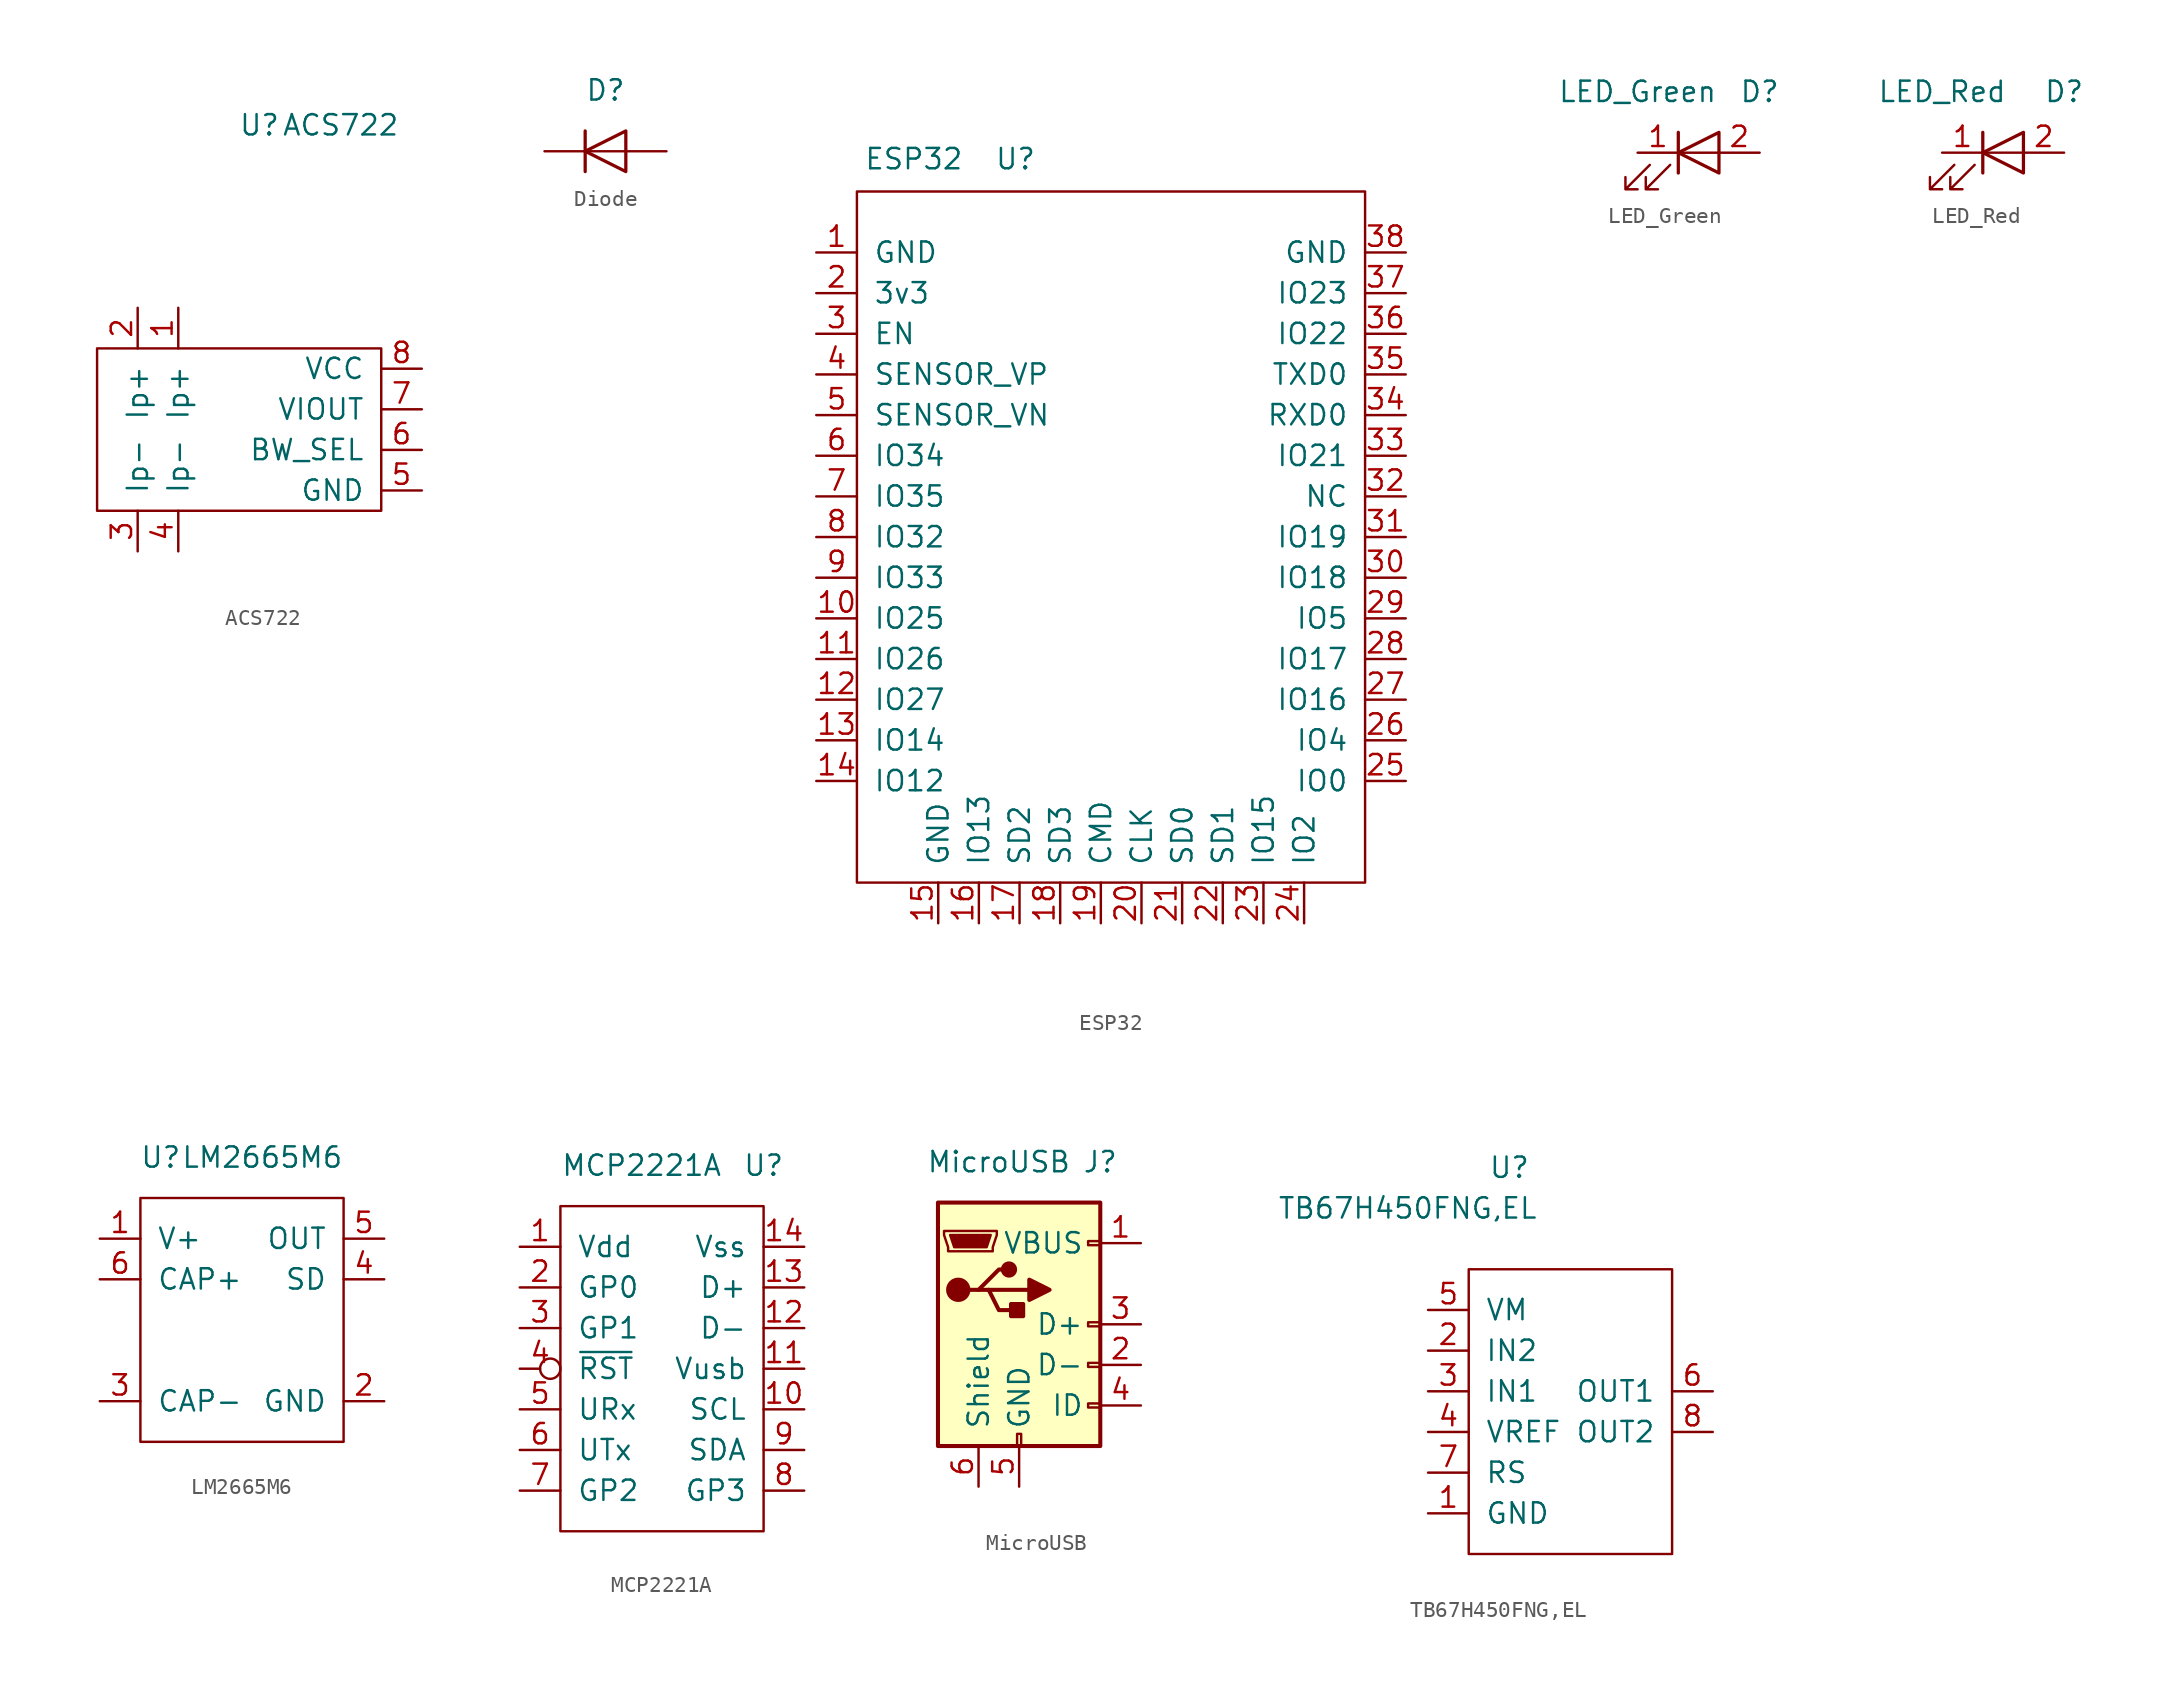
<source format=kicad_sym>
(kicad_symbol_lib
  (version 20201005)
  (generator kicad_symbol_editor)
  (symbol "ACS722"
    (pin_names
      (offset 1.016))
    (property "Reference" "U"
      (at 6.35 19.05 0)
      (effects (font (size 1.27 1.27))))
    (property "Value" "ACS722"
      (at 11.43 19.05 0)
      (effects (font (size 1.27 1.27))))
    (symbol "ACS722_1_1"
      (rectangle (start -3.81 5.08) (end 13.97 -5.08) (stroke (width 0)) (fill (type none)))
      (pin passive line (at 1.27 7.62 270) (length 2.54) (name "Ip+" (effects (font (size 1.27 1.27)))) (number "1" (effects (font (size 1.27 1.27)))))
      (pin passive line (at -1.27 7.62 270) (length 2.54) (name "Ip+" (effects (font (size 1.27 1.27)))) (number "2" (effects (font (size 1.27 1.27)))))
      (pin passive line (at -1.27 -7.62 90) (length 2.54) (name "Ip-" (effects (font (size 1.27 1.27)))) (number "3" (effects (font (size 1.27 1.27)))))
      (pin passive line (at 1.27 -7.62 90) (length 2.54) (name "Ip-" (effects (font (size 1.27 1.27)))) (number "4" (effects (font (size 1.27 1.27)))))
      (pin power_in line (at 16.51 -3.81 180) (length 2.54) (name "GND" (effects (font (size 1.27 1.27)))) (number "5" (effects (font (size 1.27 1.27)))))
      (pin input line (at 16.51 -1.27 180) (length 2.54) (name "BW_SEL" (effects (font (size 1.27 1.27)))) (number "6" (effects (font (size 1.27 1.27)))))
      (pin output line (at 16.51 1.27 180) (length 2.54) (name "VIOUT" (effects (font (size 1.27 1.27)))) (number "7" (effects (font (size 1.27 1.27)))))
      (pin power_in line (at 16.51 3.81 180) (length 2.54) (name "VCC" (effects (font (size 1.27 1.27)))) (number "8" (effects (font (size 1.27 1.27)))))))
  (symbol "Diode"
    (pin_numbers hide)
    (pin_names
      (offset 0) hide)
    (property "Reference" "D"
      (at 0 3.81 0)
      (effects (font (size 1.27 1.27))))
    (symbol "Diode_1_1"
      (polyline (pts (xy -1.27 1.27) (xy -1.27 -1.27)) (stroke (width 0.203)) (fill (type none)))
      (polyline (pts (xy 1.27 0) (xy -1.27 0)) (stroke (width 0)) (fill (type none)))
      (polyline (pts (xy 1.27 1.27) (xy 1.27 -1.27) (xy -1.27 0) (xy 1.27 1.27)) (stroke (width 0.203)) (fill (type none)))
      (pin passive line (at -3.81 0 0) (length 2.54) (name "K" (effects (font (size 1.27 1.27)))) (number "1" (effects (font (size 1.27 1.27)))))
      (pin passive line (at 3.81 0 180) (length 2.54) (name "A" (effects (font (size 1.27 1.27)))) (number "2" (effects (font (size 1.27 1.27)))))))
  (symbol "ESP32"
    (pin_names
      (offset 1.016))
    (property "Reference" "U"
      (at -6.604 24.892 0)
      (effects (font (size 1.27 1.27))))
    (property "Value" "ESP32"
      (at -12.954 24.892 0)
      (effects (font (size 1.27 1.27))))
    (symbol "ESP32_0_1"
      (rectangle (start -16.51 22.86) (end 15.24 -20.32) (stroke (width 0)) (fill (type none))))
    (symbol "ESP32_1_1"
      (pin input line (at -19.05 19.05 0) (length 2.54) (name "GND" (effects (font (size 1.27 1.27)))) (number "1" (effects (font (size 1.27 1.27)))))
      (pin input line (at -19.05 -3.81 0) (length 2.54) (name "IO25" (effects (font (size 1.27 1.27)))) (number "10" (effects (font (size 1.27 1.27)))))
      (pin input line (at -19.05 -6.35 0) (length 2.54) (name "IO26" (effects (font (size 1.27 1.27)))) (number "11" (effects (font (size 1.27 1.27)))))
      (pin input line (at -19.05 -8.89 0) (length 2.54) (name "IO27" (effects (font (size 1.27 1.27)))) (number "12" (effects (font (size 1.27 1.27)))))
      (pin input line (at -19.05 -11.43 0) (length 2.54) (name "IO14" (effects (font (size 1.27 1.27)))) (number "13" (effects (font (size 1.27 1.27)))))
      (pin input line (at -19.05 -13.97 0) (length 2.54) (name "IO12" (effects (font (size 1.27 1.27)))) (number "14" (effects (font (size 1.27 1.27)))))
      (pin input line (at -11.43 -22.86 90) (length 2.54) (name "GND" (effects (font (size 1.27 1.27)))) (number "15" (effects (font (size 1.27 1.27)))))
      (pin input line (at -8.89 -22.86 90) (length 2.54) (name "IO13" (effects (font (size 1.27 1.27)))) (number "16" (effects (font (size 1.27 1.27)))))
      (pin input line (at -6.35 -22.86 90) (length 2.54) (name "SD2" (effects (font (size 1.27 1.27)))) (number "17" (effects (font (size 1.27 1.27)))))
      (pin input line (at -3.81 -22.86 90) (length 2.54) (name "SD3" (effects (font (size 1.27 1.27)))) (number "18" (effects (font (size 1.27 1.27)))))
      (pin input line (at -1.27 -22.86 90) (length 2.54) (name "CMD" (effects (font (size 1.27 1.27)))) (number "19" (effects (font (size 1.27 1.27)))))
      (pin input line (at -19.05 16.51 0) (length 2.54) (name "3v3" (effects (font (size 1.27 1.27)))) (number "2" (effects (font (size 1.27 1.27)))))
      (pin input line (at 1.27 -22.86 90) (length 2.54) (name "CLK" (effects (font (size 1.27 1.27)))) (number "20" (effects (font (size 1.27 1.27)))))
      (pin input line (at 3.81 -22.86 90) (length 2.54) (name "SD0" (effects (font (size 1.27 1.27)))) (number "21" (effects (font (size 1.27 1.27)))))
      (pin input line (at 6.35 -22.86 90) (length 2.54) (name "SD1" (effects (font (size 1.27 1.27)))) (number "22" (effects (font (size 1.27 1.27)))))
      (pin input line (at 8.89 -22.86 90) (length 2.54) (name "IO15" (effects (font (size 1.27 1.27)))) (number "23" (effects (font (size 1.27 1.27)))))
      (pin input line (at 11.43 -22.86 90) (length 2.54) (name "IO2" (effects (font (size 1.27 1.27)))) (number "24" (effects (font (size 1.27 1.27)))))
      (pin input line (at 17.78 -13.97 180) (length 2.54) (name "IO0" (effects (font (size 1.27 1.27)))) (number "25" (effects (font (size 1.27 1.27)))))
      (pin input line (at 17.78 -11.43 180) (length 2.54) (name "IO4" (effects (font (size 1.27 1.27)))) (number "26" (effects (font (size 1.27 1.27)))))
      (pin input line (at 17.78 -8.89 180) (length 2.54) (name "IO16" (effects (font (size 1.27 1.27)))) (number "27" (effects (font (size 1.27 1.27)))))
      (pin input line (at 17.78 -6.35 180) (length 2.54) (name "IO17" (effects (font (size 1.27 1.27)))) (number "28" (effects (font (size 1.27 1.27)))))
      (pin input line (at 17.78 -3.81 180) (length 2.54) (name "IO5" (effects (font (size 1.27 1.27)))) (number "29" (effects (font (size 1.27 1.27)))))
      (pin input line (at -19.05 13.97 0) (length 2.54) (name "EN" (effects (font (size 1.27 1.27)))) (number "3" (effects (font (size 1.27 1.27)))))
      (pin input line (at 17.78 -1.27 180) (length 2.54) (name "IO18" (effects (font (size 1.27 1.27)))) (number "30" (effects (font (size 1.27 1.27)))))
      (pin input line (at 17.78 1.27 180) (length 2.54) (name "IO19" (effects (font (size 1.27 1.27)))) (number "31" (effects (font (size 1.27 1.27)))))
      (pin input line (at 17.78 3.81 180) (length 2.54) (name "NC" (effects (font (size 1.27 1.27)))) (number "32" (effects (font (size 1.27 1.27)))))
      (pin input line (at 17.78 6.35 180) (length 2.54) (name "IO21" (effects (font (size 1.27 1.27)))) (number "33" (effects (font (size 1.27 1.27)))))
      (pin input line (at 17.78 8.89 180) (length 2.54) (name "RXD0" (effects (font (size 1.27 1.27)))) (number "34" (effects (font (size 1.27 1.27)))))
      (pin input line (at 17.78 11.43 180) (length 2.54) (name "TXD0" (effects (font (size 1.27 1.27)))) (number "35" (effects (font (size 1.27 1.27)))))
      (pin input line (at 17.78 13.97 180) (length 2.54) (name "IO22" (effects (font (size 1.27 1.27)))) (number "36" (effects (font (size 1.27 1.27)))))
      (pin input line (at 17.78 16.51 180) (length 2.54) (name "IO23" (effects (font (size 1.27 1.27)))) (number "37" (effects (font (size 1.27 1.27)))))
      (pin input line (at 17.78 19.05 180) (length 2.54) (name "GND" (effects (font (size 1.27 1.27)))) (number "38" (effects (font (size 1.27 1.27)))))
      (pin input line (at -19.05 11.43 0) (length 2.54) (name "SENSOR_VP" (effects (font (size 1.27 1.27)))) (number "4" (effects (font (size 1.27 1.27)))))
      (pin input line (at -19.05 8.89 0) (length 2.54) (name "SENSOR_VN" (effects (font (size 1.27 1.27)))) (number "5" (effects (font (size 1.27 1.27)))))
      (pin input line (at -19.05 6.35 0) (length 2.54) (name "IO34" (effects (font (size 1.27 1.27)))) (number "6" (effects (font (size 1.27 1.27)))))
      (pin input line (at -19.05 3.81 0) (length 2.54) (name "IO35" (effects (font (size 1.27 1.27)))) (number "7" (effects (font (size 1.27 1.27)))))
      (pin input line (at -19.05 1.27 0) (length 2.54) (name "IO32" (effects (font (size 1.27 1.27)))) (number "8" (effects (font (size 1.27 1.27)))))
      (pin input line (at -19.05 -1.27 0) (length 2.54) (name "IO33" (effects (font (size 1.27 1.27)))) (number "9" (effects (font (size 1.27 1.27)))))))
  (symbol "LED_Green"
    (pin_names
      (offset 1.016))
    (property "Reference" "D"
      (at 3.81 3.81 0)
      (effects (font (size 1.27 1.27))))
    (property "Value" "LED_Green"
      (at -3.81 3.81 0)
      (effects (font (size 1.27 1.27))))
    (symbol "LED_Green_1_1"
      (polyline (pts (xy -1.27 -1.27) (xy -1.27 1.27)) (stroke (width 0.203)) (fill (type none)))
      (polyline (pts (xy -1.27 0) (xy 1.27 0)) (stroke (width 0)) (fill (type none)))
      (polyline (pts (xy 1.27 -1.27) (xy 1.27 1.27) (xy -1.27 0) (xy 1.27 -1.27)) (stroke (width 0.203)) (fill (type none)))
      (polyline (pts (xy -3.048 -0.762) (xy -4.572 -2.286) (xy -3.81 -2.286) (xy -4.572 -2.286) (xy -4.572 -1.524)) (stroke (width 0)) (fill (type none)))
      (polyline (pts (xy -1.778 -0.762) (xy -3.302 -2.286) (xy -2.54 -2.286) (xy -3.302 -2.286) (xy -3.302 -1.524)) (stroke (width 0)) (fill (type none)))
      (pin passive line (at -3.81 0 0) (length 2.54) (name "~" (effects (font (size 1.27 1.27)))) (number "1" (effects (font (size 1.27 1.27)))))
      (pin passive line (at 3.81 0 180) (length 2.54) (name "~" (effects (font (size 1.27 1.27)))) (number "2" (effects (font (size 1.27 1.27)))))))
  (symbol "LED_Red"
    (pin_names
      (offset 1.016))
    (property "Reference" "D"
      (at 3.81 3.81 0)
      (effects (font (size 1.27 1.27))))
    (property "Value" "LED_Red"
      (at -3.81 3.81 0)
      (effects (font (size 1.27 1.27))))
    (symbol "LED_Red_1_1"
      (polyline (pts (xy -1.27 -1.27) (xy -1.27 1.27)) (stroke (width 0.203)) (fill (type none)))
      (polyline (pts (xy -1.27 0) (xy 1.27 0)) (stroke (width 0)) (fill (type none)))
      (polyline (pts (xy 1.27 -1.27) (xy 1.27 1.27) (xy -1.27 0) (xy 1.27 -1.27)) (stroke (width 0.203)) (fill (type none)))
      (polyline (pts (xy -3.048 -0.762) (xy -4.572 -2.286) (xy -3.81 -2.286) (xy -4.572 -2.286) (xy -4.572 -1.524)) (stroke (width 0)) (fill (type none)))
      (polyline (pts (xy -1.778 -0.762) (xy -3.302 -2.286) (xy -2.54 -2.286) (xy -3.302 -2.286) (xy -3.302 -1.524)) (stroke (width 0)) (fill (type none)))
      (pin passive line (at -3.81 0 0) (length 2.54) (name "~" (effects (font (size 1.27 1.27)))) (number "1" (effects (font (size 1.27 1.27)))))
      (pin passive line (at 3.81 0 180) (length 2.54) (name "~" (effects (font (size 1.27 1.27)))) (number "2" (effects (font (size 1.27 1.27)))))))
  (symbol "LM2665M6"
    (pin_names
      (offset 1.016))
    (property "Reference" "U"
      (at -5.08 7.62 0)
      (effects (font (size 1.27 1.27))))
    (property "Value" "LM2665M6"
      (at 1.27 7.62 0)
      (effects (font (size 1.27 1.27))))
    (symbol "LM2665M6_0_1"
      (rectangle (start -6.35 5.08) (end 6.35 -10.16) (stroke (width 0)) (fill (type none))))
    (symbol "LM2665M6_1_1"
      (pin power_in line (at -8.89 2.54 0) (length 2.54) (name "V+" (effects (font (size 1.27 1.27)))) (number "1" (effects (font (size 1.27 1.27)))))
      (pin power_in line (at 8.89 -7.62 180) (length 2.54) (name "GND" (effects (font (size 1.27 1.27)))) (number "2" (effects (font (size 1.27 1.27)))))
      (pin passive line (at -8.89 -7.62 0) (length 2.54) (name "CAP-" (effects (font (size 1.27 1.27)))) (number "3" (effects (font (size 1.27 1.27)))))
      (pin input line (at 8.89 0 180) (length 2.54) (name "SD" (effects (font (size 1.27 1.27)))) (number "4" (effects (font (size 1.27 1.27)))))
      (pin power_out line (at 8.89 2.54 180) (length 2.54) (name "OUT" (effects (font (size 1.27 1.27)))) (number "5" (effects (font (size 1.27 1.27)))))
      (pin passive line (at -8.89 0 0) (length 2.54) (name "CAP+" (effects (font (size 1.27 1.27)))) (number "6" (effects (font (size 1.27 1.27)))))))
  (symbol "MCP2221A"
    (pin_names
      (offset 1.016))
    (property "Reference" "U"
      (at 6.35 12.7 0)
      (effects (font (size 1.27 1.27))))
    (property "Value" "MCP2221A"
      (at -1.27 12.7 0)
      (effects (font (size 1.27 1.27))))
    (symbol "MCP2221A_0_1"
      (rectangle (start -6.35 10.16) (end 6.35 -10.16) (stroke (width 0)) (fill (type none))))
    (symbol "MCP2221A_1_1"
      (pin power_in line (at -8.89 7.62 0) (length 2.54) (name "Vdd" (effects (font (size 1.27 1.27)))) (number "1" (effects (font (size 1.27 1.27)))))
      (pin output line (at 8.89 -2.54 180) (length 2.54) (name "SCL" (effects (font (size 1.27 1.27)))) (number "10" (effects (font (size 1.27 1.27)))))
      (pin power_out line (at 8.89 0 180) (length 2.54) (name "Vusb" (effects (font (size 1.27 1.27)))) (number "11" (effects (font (size 1.27 1.27)))))
      (pin bidirectional line (at 8.89 2.54 180) (length 2.54) (name "D-" (effects (font (size 1.27 1.27)))) (number "12" (effects (font (size 1.27 1.27)))))
      (pin bidirectional line (at 8.89 5.08 180) (length 2.54) (name "D+" (effects (font (size 1.27 1.27)))) (number "13" (effects (font (size 1.27 1.27)))))
      (pin power_in line (at 8.89 7.62 180) (length 2.54) (name "Vss" (effects (font (size 1.27 1.27)))) (number "14" (effects (font (size 1.27 1.27)))))
      (pin output line (at -8.89 5.08 0) (length 2.54) (name "GP0" (effects (font (size 1.27 1.27)))) (number "2" (effects (font (size 1.27 1.27)))))
      (pin output line (at -8.89 2.54 0) (length 2.54) (name "GP1" (effects (font (size 1.27 1.27)))) (number "3" (effects (font (size 1.27 1.27)))))
      (pin input inverted (at -8.89 0 0) (length 2.54) (name "~RST" (effects (font (size 1.27 1.27)))) (number "4" (effects (font (size 1.27 1.27)))))
      (pin input line (at -8.89 -2.54 0) (length 2.54) (name "URx" (effects (font (size 1.27 1.27)))) (number "5" (effects (font (size 1.27 1.27)))))
      (pin output line (at -8.89 -5.08 0) (length 2.54) (name "UTx" (effects (font (size 1.27 1.27)))) (number "6" (effects (font (size 1.27 1.27)))))
      (pin output line (at -8.89 -7.62 0) (length 2.54) (name "GP2" (effects (font (size 1.27 1.27)))) (number "7" (effects (font (size 1.27 1.27)))))
      (pin output line (at 8.89 -7.62 180) (length 2.54) (name "GP3" (effects (font (size 1.27 1.27)))) (number "8" (effects (font (size 1.27 1.27)))))
      (pin bidirectional line (at 8.89 -5.08 180) (length 2.54) (name "SDA" (effects (font (size 1.27 1.27)))) (number "9" (effects (font (size 1.27 1.27)))))))
  (symbol "MicroUSB"
    (pin_names
      (offset 1.016))
    (property "Reference" "J"
      (at 5.08 11.43 0)
      (effects (font (size 1.27 1.27))))
    (property "Value" "MicroUSB"
      (at -1.27 11.43 0)
      (effects (font (size 1.27 1.27))))
    (symbol "MicroUSB_1_1"
      (circle (center -3.81 3.429) (radius 0.635) (stroke (width 0.254)) (fill (type outline)))
      (circle (center -0.635 4.699) (radius 0.381) (stroke (width 0.254)) (fill (type outline)))
      (rectangle (start -0.127 -6.35) (end 0.127 -5.588) (stroke (width 0)) (fill (type none)))
      (rectangle (start 5.08 -3.937) (end 4.318 -3.683) (stroke (width 0)) (fill (type none)))
      (rectangle (start 5.08 -1.397) (end 4.318 -1.143) (stroke (width 0)) (fill (type none)))
      (rectangle (start 5.08 1.143) (end 4.318 1.397) (stroke (width 0)) (fill (type none)))
      (rectangle (start 5.08 6.223) (end 4.318 6.477) (stroke (width 0)) (fill (type none)))
      (rectangle (start 0.254 2.54) (end -0.508 1.778) (stroke (width 0.254)) (fill (type outline)))
      (rectangle (start -5.08 -6.35) (end 5.08 8.89) (stroke (width 0.254)) (fill (type background)))
      (polyline (pts (xy -1.905 3.429) (xy 0.635 3.429)) (stroke (width 0.254)) (fill (type none)))
      (polyline (pts (xy -3.175 3.429) (xy -2.54 3.429) (xy -1.27 4.699) (xy -0.635 4.699)) (stroke (width 0.254)) (fill (type none)))
      (polyline (pts (xy -2.54 3.429) (xy -1.905 3.429) (xy -1.27 2.159) (xy 0 2.159)) (stroke (width 0.254)) (fill (type none)))
      (polyline (pts (xy -4.699 7.112) (xy -4.699 6.858) (xy -4.445 6.096) (xy -4.445 5.842) (xy -1.651 5.842) (xy -1.651 6.096) (xy -1.397 6.858) (xy -1.397 7.112) (xy -4.699 7.112)) (stroke (width 0)) (fill (type none)))
      (polyline (pts (xy 0.635 4.064) (xy 0.635 2.794) (xy 1.905 3.429) (xy 0.635 4.064)) (stroke (width 0.254)) (fill (type outline)))
      (polyline (pts (xy -4.318 6.858) (xy -1.778 6.858) (xy -2.032 6.096) (xy -4.064 6.096) (xy -4.318 6.858)) (stroke (width 0)) (fill (type outline)))
      (pin power_out line (at 7.62 6.35 180) (length 2.54) (name "VBUS" (effects (font (size 1.27 1.27)))) (number "1" (effects (font (size 1.27 1.27)))))
      (pin passive line (at 7.62 -1.27 180) (length 2.54) (name "D-" (effects (font (size 1.27 1.27)))) (number "2" (effects (font (size 1.27 1.27)))))
      (pin passive line (at 7.62 1.27 180) (length 2.54) (name "D+" (effects (font (size 1.27 1.27)))) (number "3" (effects (font (size 1.27 1.27)))))
      (pin passive line (at 7.62 -3.81 180) (length 2.54) (name "ID" (effects (font (size 1.27 1.27)))) (number "4" (effects (font (size 1.27 1.27)))))
      (pin power_out line (at 0 -8.89 90) (length 2.54) (name "GND" (effects (font (size 1.27 1.27)))) (number "5" (effects (font (size 1.27 1.27)))))
      (pin passive line (at -2.54 -8.89 90) (length 2.54) (name "Shield" (effects (font (size 1.27 1.27)))) (number "6" (effects (font (size 1.27 1.27)))))))
  (symbol "TB67H450FNG,EL"
    (pin_names
      (offset 1.016))
    (property "Reference" "U"
      (at -3.81 15.24 0)
      (effects (font (size 1.27 1.27))))
    (property "Value" "TB67H450FNG,EL"
      (at -10.16 12.7 0)
      (effects (font (size 1.27 1.27))))
    (symbol "TB67H450FNG,EL_1_1"
      (rectangle (start -6.35 8.89) (end 6.35 -8.89) (stroke (width 0)) (fill (type none)))
      (pin power_in line (at -8.89 -6.35 0) (length 2.54) (name "GND" (effects (font (size 1.27 1.27)))) (number "1" (effects (font (size 1.27 1.27)))))
      (pin input line (at -8.89 3.81 0) (length 2.54) (name "IN2" (effects (font (size 1.27 1.27)))) (number "2" (effects (font (size 1.27 1.27)))))
      (pin input line (at -8.89 1.27 0) (length 2.54) (name "IN1" (effects (font (size 1.27 1.27)))) (number "3" (effects (font (size 1.27 1.27)))))
      (pin passive line (at -8.89 -1.27 0) (length 2.54) (name "VREF" (effects (font (size 1.27 1.27)))) (number "4" (effects (font (size 1.27 1.27)))))
      (pin power_in line (at -8.89 6.35 0) (length 2.54) (name "VM" (effects (font (size 1.27 1.27)))) (number "5" (effects (font (size 1.27 1.27)))))
      (pin power_out line (at 8.89 1.27 180) (length 2.54) (name "OUT1" (effects (font (size 1.27 1.27)))) (number "6" (effects (font (size 1.27 1.27)))))
      (pin passive line (at -8.89 -3.81 0) (length 2.54) (name "RS" (effects (font (size 1.27 1.27)))) (number "7" (effects (font (size 1.27 1.27)))))
      (pin power_out line (at 8.89 -1.27 180) (length 2.54) (name "OUT2" (effects (font (size 1.27 1.27)))) (number "8" (effects (font (size 1.27 1.27))))))))
</source>
